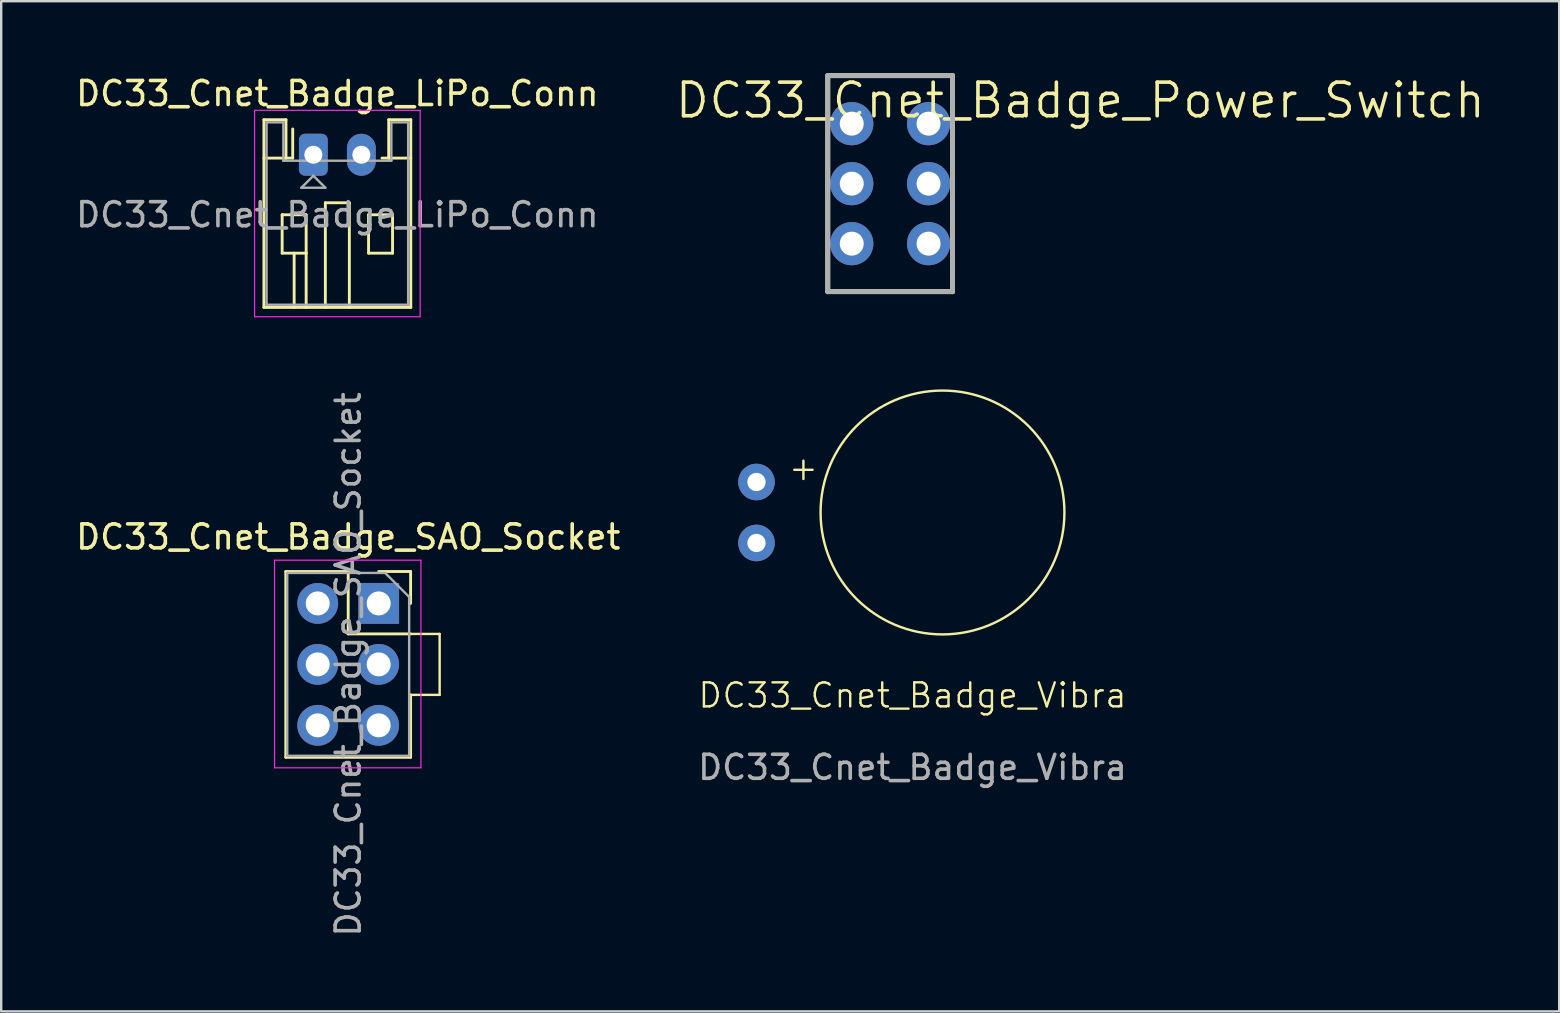
<source format=kicad_pcb>
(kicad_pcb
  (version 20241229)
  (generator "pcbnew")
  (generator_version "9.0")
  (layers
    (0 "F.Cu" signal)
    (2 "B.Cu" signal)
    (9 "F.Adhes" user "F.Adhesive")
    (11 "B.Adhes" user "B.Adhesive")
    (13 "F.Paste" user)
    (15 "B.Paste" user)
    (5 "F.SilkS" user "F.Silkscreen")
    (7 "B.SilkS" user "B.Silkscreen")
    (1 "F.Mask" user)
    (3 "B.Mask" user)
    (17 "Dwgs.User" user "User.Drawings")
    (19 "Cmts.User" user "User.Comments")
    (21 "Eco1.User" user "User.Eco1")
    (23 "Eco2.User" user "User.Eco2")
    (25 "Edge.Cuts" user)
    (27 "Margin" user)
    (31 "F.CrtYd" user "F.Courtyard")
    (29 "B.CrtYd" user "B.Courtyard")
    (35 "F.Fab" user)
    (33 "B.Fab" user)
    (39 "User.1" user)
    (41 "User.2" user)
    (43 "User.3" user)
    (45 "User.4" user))
  (footprint "DC33_Cnet_Badge_Power_Switch"
    (layer "F.Cu")
    (at 32.439 7.102)
    (property "Reference" "DC33_Cnet_Badge_Power_Switch" (at 9.525 -5.969 0) (layer "F.SilkS") (effects (font (size 1.4 1.4) (thickness 0.15))))
    (attr through_hole)
    (fp_line (start -1 -7) (end -1 2) (stroke (width 0.203) (type solid)) (layer "F.SilkS"))
    (fp_line (start -1 2) (end 4.2 2) (stroke (width 0.203) (type solid)) (layer "F.SilkS"))
    (fp_line (start 4.2 -7) (end -1 -7) (stroke (width 0.203) (type solid)) (layer "F.SilkS"))
    (fp_line (start 4.2 2) (end 4.2 -7) (stroke (width 0.203) (type solid)) (layer "F.SilkS"))
    (fp_line (start -1 -7) (end -1 2) (stroke (width 0.203) (type solid)) (layer "F.Fab"))
    (fp_line (start -1 2) (end 4.2 2) (stroke (width 0.203) (type solid)) (layer "F.Fab"))
    (fp_line (start 4.2 -7) (end -1 -7) (stroke (width 0.203) (type solid)) (layer "F.Fab"))
    (fp_line (start 4.2 2) (end 4.2 -7) (stroke (width 0.203) (type solid)) (layer "F.Fab"))
    (pad "1" thru_hole circle (at 0 0) (size 1.8 1.8) (drill 1) (layers "*.Cu" "*.Mask"))
    (pad "2" thru_hole circle (at 0 -2.5) (size 1.8 1.8) (drill 1) (layers "*.Cu" "*.Mask"))
    (pad "3" thru_hole circle (at 0 -5) (size 1.8 1.8) (drill 1) (layers "*.Cu" "*.Mask"))
    (pad "4" thru_hole circle (at 3.2 0) (size 1.8 1.8) (drill 1) (layers "*.Cu" "*.Mask"))
    (pad "5" thru_hole circle (at 3.2 -2.5) (size 1.8 1.8) (drill 1) (layers "*.Cu" "*.Mask"))
    (pad "6" thru_hole circle (at 3.2 -5) (size 1.8 1.8) (drill 1) (layers "*.Cu" "*.Mask")))
  (footprint "DC33_Cnet_Badge_LiPo_Conn"
    (layer "F.Cu")
    (at 10.006 3.398)
    (property "Reference" "DC33_Cnet_Badge_LiPo_Conn" (at 1 -2.55 0) (layer "F.SilkS") (effects (font (size 1 1) (thickness 0.15))))
    (attr through_hole)
    (fp_line (start -2.06 -1.46) (end -2.06 6.36) (stroke (width 0.12) (type solid)) (layer "F.SilkS"))
    (fp_line (start -2.06 0.14) (end -1.14 0.14) (stroke (width 0.12) (type solid)) (layer "F.SilkS"))
    (fp_line (start -2.06 6.36) (end 4.06 6.36) (stroke (width 0.12) (type solid)) (layer "F.SilkS"))
    (fp_line (start -1.3 2.5) (end -1.3 4.1) (stroke (width 0.12) (type solid)) (layer "F.SilkS"))
    (fp_line (start -1.3 4.1) (end -0.3 4.1) (stroke (width 0.12) (type solid)) (layer "F.SilkS"))
    (fp_line (start -1.14 -1.46) (end -2.06 -1.46) (stroke (width 0.12) (type solid)) (layer "F.SilkS"))
    (fp_line (start -1.14 0.14) (end -1.14 -1.46) (stroke (width 0.12) (type solid)) (layer "F.SilkS"))
    (fp_line (start -0.86 0.14) (end -1.14 0.14) (stroke (width 0.12) (type solid)) (layer "F.SilkS"))
    (fp_line (start -0.86 0.14) (end -0.86 -1.075) (stroke (width 0.12) (type solid)) (layer "F.SilkS"))
    (fp_line (start -0.8 4.1) (end -0.8 6.36) (stroke (width 0.12) (type solid)) (layer "F.SilkS"))
    (fp_line (start -0.3 2.5) (end -1.3 2.5) (stroke (width 0.12) (type solid)) (layer "F.SilkS"))
    (fp_line (start -0.3 4.1) (end -0.3 2.5) (stroke (width 0.12) (type solid)) (layer "F.SilkS"))
    (fp_line (start -0.3 4.1) (end -0.3 6.36) (stroke (width 0.12) (type solid)) (layer "F.SilkS"))
    (fp_line (start 0.5 2) (end 1.5 2) (stroke (width 0.12) (type solid)) (layer "F.SilkS"))
    (fp_line (start 0.5 6.36) (end 0.5 2) (stroke (width 0.12) (type solid)) (layer "F.SilkS"))
    (fp_line (start 1.5 2) (end 1.5 6.36) (stroke (width 0.12) (type solid)) (layer "F.SilkS"))
    (fp_line (start 2.3 2.5) (end 3.3 2.5) (stroke (width 0.12) (type solid)) (layer "F.SilkS"))
    (fp_line (start 2.3 4.1) (end 2.3 2.5) (stroke (width 0.12) (type solid)) (layer "F.SilkS"))
    (fp_line (start 3.14 -1.46) (end 3.14 0.14) (stroke (width 0.12) (type solid)) (layer "F.SilkS"))
    (fp_line (start 3.14 0.14) (end 2.86 0.14) (stroke (width 0.12) (type solid)) (layer "F.SilkS"))
    (fp_line (start 3.3 2.5) (end 3.3 4.1) (stroke (width 0.12) (type solid)) (layer "F.SilkS"))
    (fp_line (start 3.3 4.1) (end 2.3 4.1) (stroke (width 0.12) (type solid)) (layer "F.SilkS"))
    (fp_line (start 4.06 -1.46) (end 3.14 -1.46) (stroke (width 0.12) (type solid)) (layer "F.SilkS"))
    (fp_line (start 4.06 0.14) (end 3.14 0.14) (stroke (width 0.12) (type solid)) (layer "F.SilkS"))
    (fp_line (start 4.06 6.36) (end 4.06 -1.46) (stroke (width 0.12) (type solid)) (layer "F.SilkS"))
    (fp_line (start -2.45 -1.85) (end -2.45 6.75) (stroke (width 0.05) (type solid)) (layer "F.CrtYd"))
    (fp_line (start -2.45 6.75) (end 4.45 6.75) (stroke (width 0.05) (type solid)) (layer "F.CrtYd"))
    (fp_line (start 4.45 -1.85) (end -2.45 -1.85) (stroke (width 0.05) (type solid)) (layer "F.CrtYd"))
    (fp_line (start 4.45 6.75) (end 4.45 -1.85) (stroke (width 0.05) (type solid)) (layer "F.CrtYd"))
    (fp_line (start -1.95 -1.35) (end -1.95 6.25) (stroke (width 0.1) (type solid)) (layer "F.Fab"))
    (fp_line (start -1.95 6.25) (end 3.95 6.25) (stroke (width 0.1) (type solid)) (layer "F.Fab"))
    (fp_line (start -1.25 -1.35) (end -1.95 -1.35) (stroke (width 0.1) (type solid)) (layer "F.Fab"))
    (fp_line (start -1.25 0.25) (end -1.25 -1.35) (stroke (width 0.1) (type solid)) (layer "F.Fab"))
    (fp_line (start -0.5 1.375) (end 0.5 1.375) (stroke (width 0.1) (type solid)) (layer "F.Fab"))
    (fp_line (start 0 0.875) (end -0.5 1.375) (stroke (width 0.1) (type solid)) (layer "F.Fab"))
    (fp_line (start 0.5 1.375) (end 0 0.875) (stroke (width 0.1) (type solid)) (layer "F.Fab"))
    (fp_line (start 3.25 -1.35) (end 3.25 0.25) (stroke (width 0.1) (type solid)) (layer "F.Fab"))
    (fp_line (start 3.25 0.25) (end -1.25 0.25) (stroke (width 0.1) (type solid)) (layer "F.Fab"))
    (fp_line (start 3.95 -1.35) (end 3.25 -1.35) (stroke (width 0.1) (type solid)) (layer "F.Fab"))
    (fp_line (start 3.95 6.25) (end 3.95 -1.35) (stroke (width 0.1) (type solid)) (layer "F.Fab"))
    (fp_text user "${REFERENCE}" (at 1 2.5 0) (layer "F.Fab") (effects (font (size 1 1) (thickness 0.15))))
    (pad "1" thru_hole roundrect (at 0 0) (size 1.2 1.75) (drill 0.75) (layers "*.Cu" "*.Mask") (roundrect_rratio 0.208))
    (pad "2" thru_hole oval (at 2 0) (size 1.2 1.75) (drill 0.75) (layers "*.Cu" "*.Mask")))
  (footprint "DC33_Cnet_Badge_Vibra"
    (layer "F.Cu")
    (at 34.97 18.303)
    (property "Reference" "DC33_Cnet_Badge_Vibra" (at 0 7.62 0) (unlocked yes) (layer "F.SilkS") (effects (font (size 1 1) (thickness 0.1))))
    (attr through_hole)
    (fp_circle (center 1.25 0) (end 6.33 0) (stroke (width 0.1) (type default)) (fill no) (layer "F.SilkS"))
    (fp_text user "+" (at -5.23 -1.27 0) (unlocked yes) (layer "F.SilkS") (effects (font (size 1 1) (thickness 0.1)) (justify left bottom)))
    (fp_text user "${REFERENCE}" (at 0 10.62 0) (unlocked yes) (layer "F.Fab") (effects (font (size 1 1) (thickness 0.15))))
    (pad "1" thru_hole circle (at -6.5 -1.27) (size 1.524 1.524) (drill 0.762) (layers "*.Cu" "*.Mask"))
    (pad "2" thru_hole circle (at -6.5 1.27) (size 1.524 1.524) (drill 0.762) (layers "*.Cu" "*.Mask")))
  (footprint "DC33_Cnet_Badge_SAO_Socket"
    (layer "F.Cu")
    (at 12.728 22.092)
    (property "Reference" "DC33_Cnet_Badge_SAO_Socket" (at -1.27 -2.77 0) (layer "F.SilkS") (effects (font (size 1 1) (thickness 0.15))))
    (attr through_hole)
    (fp_line (start -3.87 -1.33) (end -3.87 6.41) (stroke (width 0.12) (type solid)) (layer "F.SilkS"))
    (fp_line (start -3.87 -1.33) (end -1.27 -1.33) (stroke (width 0.12) (type solid)) (layer "F.SilkS"))
    (fp_line (start -3.87 6.41) (end 1.33 6.41) (stroke (width 0.12) (type solid)) (layer "F.SilkS"))
    (fp_line (start -1.27 -1.33) (end -1.27 1.27) (stroke (width 0.12) (type solid)) (layer "F.SilkS"))
    (fp_line (start -1.27 1.27) (end 1.33 1.27) (stroke (width 0.12) (type solid)) (layer "F.SilkS"))
    (fp_line (start 0 -1.33) (end 1.33 -1.33) (stroke (width 0.12) (type solid)) (layer "F.SilkS"))
    (fp_line (start 1.33 -1.33) (end 1.33 0) (stroke (width 0.12) (type solid)) (layer "F.SilkS"))
    (fp_line (start 1.33 1.27) (end 2.54 1.27) (stroke (width 0.1) (type default)) (layer "F.SilkS"))
    (fp_line (start 1.33 3.81) (end 1.33 6.41) (stroke (width 0.12) (type solid)) (layer "F.SilkS"))
    (fp_line (start 2.54 1.27) (end 2.54 3.81) (stroke (width 0.1) (type default)) (layer "F.SilkS"))
    (fp_line (start 2.54 3.81) (end 1.27 3.81) (stroke (width 0.1) (type default)) (layer "F.SilkS"))
    (fp_line (start -4.34 -1.8) (end 1.76 -1.8) (stroke (width 0.05) (type solid)) (layer "F.CrtYd"))
    (fp_line (start -4.34 6.85) (end -4.34 -1.8) (stroke (width 0.05) (type solid)) (layer "F.CrtYd"))
    (fp_line (start 1.76 -1.8) (end 1.76 6.85) (stroke (width 0.05) (type solid)) (layer "F.CrtYd"))
    (fp_line (start 1.76 6.85) (end -4.34 6.85) (stroke (width 0.05) (type solid)) (layer "F.CrtYd"))
    (fp_line (start -3.81 -1.27) (end 0.27 -1.27) (stroke (width 0.1) (type solid)) (layer "F.Fab"))
    (fp_line (start -3.81 6.35) (end -3.81 -1.27) (stroke (width 0.1) (type solid)) (layer "F.Fab"))
    (fp_line (start 0.27 -1.27) (end 1.27 -0.27) (stroke (width 0.1) (type solid)) (layer "F.Fab"))
    (fp_line (start 1.27 -0.27) (end 1.27 6.35) (stroke (width 0.1) (type solid)) (layer "F.Fab"))
    (fp_line (start 1.27 6.35) (end -3.81 6.35) (stroke (width 0.1) (type solid)) (layer "F.Fab"))
    (fp_text user "${REFERENCE}" (at -1.27 2.54 90) (layer "F.Fab") (effects (font (size 1 1) (thickness 0.15))))
    (pad "1" thru_hole rect (at 0 0) (size 1.7 1.7) (drill 1) (layers "*.Cu" "*.Mask"))
    (pad "2" thru_hole oval (at -2.54 0) (size 1.7 1.7) (drill 1) (layers "*.Cu" "*.Mask"))
    (pad "3" thru_hole oval (at 0 2.54) (size 1.7 1.7) (drill 1) (layers "*.Cu" "*.Mask"))
    (pad "4" thru_hole oval (at -2.54 2.54) (size 1.7 1.7) (drill 1) (layers "*.Cu" "*.Mask"))
    (pad "5" thru_hole oval (at 0 5.08) (size 1.7 1.7) (drill 1) (layers "*.Cu" "*.Mask"))
    (pad "6" thru_hole oval (at -2.54 5.08) (size 1.7 1.7) (drill 1) (layers "*.Cu" "*.Mask")))
  (gr_rect
    (start -3 -3)
    (end 61.915 39.09)
    (stroke (width 0.1) (type default))
    (fill no)
    (layer "Edge.Cuts")))
</source>
